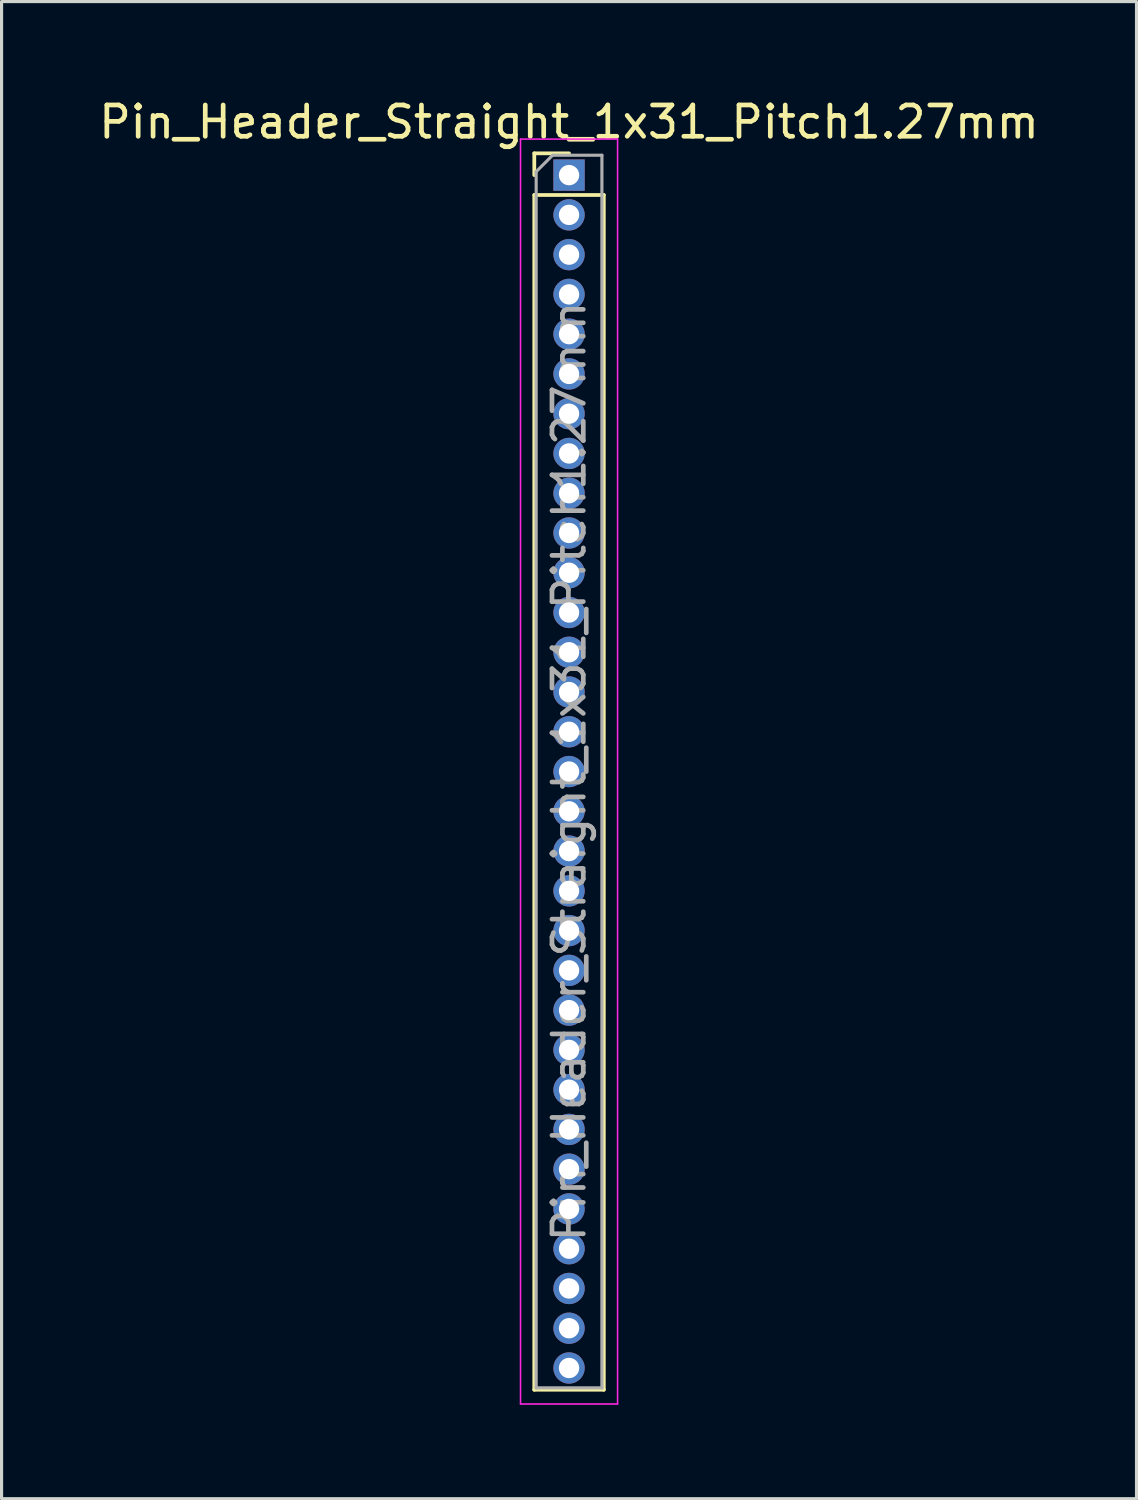
<source format=kicad_pcb>
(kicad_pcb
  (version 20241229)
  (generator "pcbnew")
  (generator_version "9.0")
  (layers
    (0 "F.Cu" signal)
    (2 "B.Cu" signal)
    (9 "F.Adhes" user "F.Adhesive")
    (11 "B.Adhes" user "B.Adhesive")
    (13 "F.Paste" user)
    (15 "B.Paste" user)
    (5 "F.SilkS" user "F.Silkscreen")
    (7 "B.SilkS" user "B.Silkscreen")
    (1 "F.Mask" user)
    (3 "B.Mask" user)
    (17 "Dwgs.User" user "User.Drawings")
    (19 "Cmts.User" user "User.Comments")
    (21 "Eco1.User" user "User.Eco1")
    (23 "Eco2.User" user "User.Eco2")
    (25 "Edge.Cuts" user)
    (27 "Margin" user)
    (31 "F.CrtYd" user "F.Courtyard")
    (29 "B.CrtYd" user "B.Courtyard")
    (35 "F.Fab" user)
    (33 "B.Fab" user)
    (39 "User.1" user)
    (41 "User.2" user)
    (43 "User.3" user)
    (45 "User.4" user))
  (footprint "Pin_Header_Straight_1x31_Pitch1.27mm"
    (layer "F.Cu")
    (at 15.125 2.543)
    (property "Reference" "Pin_Header_Straight_1x31_Pitch1.27mm" (at 0 -1.695 0) (layer "F.SilkS") (effects (font (size 1 1) (thickness 0.15))))
    (attr through_hole)
    (fp_line (start -1.11 -0.695) (end 0 -0.695) (stroke (width 0.12) (type solid)) (layer "F.SilkS"))
    (fp_line (start -1.11 0) (end -1.11 -0.695) (stroke (width 0.12) (type solid)) (layer "F.SilkS"))
    (fp_line (start -1.11 0.635) (end -1.11 38.795) (stroke (width 0.12) (type solid)) (layer "F.SilkS"))
    (fp_line (start -1.11 38.795) (end 1.11 38.795) (stroke (width 0.12) (type solid)) (layer "F.SilkS"))
    (fp_line (start 1.11 0.635) (end -1.11 0.635) (stroke (width 0.12) (type solid)) (layer "F.SilkS"))
    (fp_line (start 1.11 38.795) (end 1.11 0.635) (stroke (width 0.12) (type solid)) (layer "F.SilkS"))
    (fp_line (start -1.55 -1.15) (end -1.55 39.25) (stroke (width 0.05) (type solid)) (layer "F.CrtYd"))
    (fp_line (start -1.55 39.25) (end 1.55 39.25) (stroke (width 0.05) (type solid)) (layer "F.CrtYd"))
    (fp_line (start 1.55 -1.15) (end -1.55 -1.15) (stroke (width 0.05) (type solid)) (layer "F.CrtYd"))
    (fp_line (start 1.55 39.25) (end 1.55 -1.15) (stroke (width 0.05) (type solid)) (layer "F.CrtYd"))
    (fp_line (start -1.05 -0.11) (end -0.525 -0.635) (stroke (width 0.1) (type solid)) (layer "F.Fab"))
    (fp_line (start -1.05 38.735) (end -1.05 -0.11) (stroke (width 0.1) (type solid)) (layer "F.Fab"))
    (fp_line (start -0.525 -0.635) (end 1.05 -0.635) (stroke (width 0.1) (type solid)) (layer "F.Fab"))
    (fp_line (start 1.05 -0.635) (end 1.05 38.735) (stroke (width 0.1) (type solid)) (layer "F.Fab"))
    (fp_line (start 1.05 38.735) (end -1.05 38.735) (stroke (width 0.1) (type solid)) (layer "F.Fab"))
    (fp_text user "${REFERENCE}" (at 0 19.05 90) (layer "F.Fab") (effects (font (size 1 1) (thickness 0.15))))
    (pad "1" thru_hole rect (at 0 0) (size 1 1) (drill 0.65) (layers "*.Cu" "*.Mask"))
    (pad "2" thru_hole oval (at 0 1.27) (size 1 1) (drill 0.65) (layers "*.Cu" "*.Mask"))
    (pad "3" thru_hole oval (at 0 2.54) (size 1 1) (drill 0.65) (layers "*.Cu" "*.Mask"))
    (pad "4" thru_hole oval (at 0 3.81) (size 1 1) (drill 0.65) (layers "*.Cu" "*.Mask"))
    (pad "5" thru_hole oval (at 0 5.08) (size 1 1) (drill 0.65) (layers "*.Cu" "*.Mask"))
    (pad "6" thru_hole oval (at 0 6.35) (size 1 1) (drill 0.65) (layers "*.Cu" "*.Mask"))
    (pad "7" thru_hole oval (at 0 7.62) (size 1 1) (drill 0.65) (layers "*.Cu" "*.Mask"))
    (pad "8" thru_hole oval (at 0 8.89) (size 1 1) (drill 0.65) (layers "*.Cu" "*.Mask"))
    (pad "9" thru_hole oval (at 0 10.16) (size 1 1) (drill 0.65) (layers "*.Cu" "*.Mask"))
    (pad "10" thru_hole oval (at 0 11.43) (size 1 1) (drill 0.65) (layers "*.Cu" "*.Mask"))
    (pad "11" thru_hole oval (at 0 12.7) (size 1 1) (drill 0.65) (layers "*.Cu" "*.Mask"))
    (pad "12" thru_hole oval (at 0 13.97) (size 1 1) (drill 0.65) (layers "*.Cu" "*.Mask"))
    (pad "13" thru_hole oval (at 0 15.24) (size 1 1) (drill 0.65) (layers "*.Cu" "*.Mask"))
    (pad "14" thru_hole oval (at 0 16.51) (size 1 1) (drill 0.65) (layers "*.Cu" "*.Mask"))
    (pad "15" thru_hole oval (at 0 17.78) (size 1 1) (drill 0.65) (layers "*.Cu" "*.Mask"))
    (pad "16" thru_hole oval (at 0 19.05) (size 1 1) (drill 0.65) (layers "*.Cu" "*.Mask"))
    (pad "17" thru_hole oval (at 0 20.32) (size 1 1) (drill 0.65) (layers "*.Cu" "*.Mask"))
    (pad "18" thru_hole oval (at 0 21.59) (size 1 1) (drill 0.65) (layers "*.Cu" "*.Mask"))
    (pad "19" thru_hole oval (at 0 22.86) (size 1 1) (drill 0.65) (layers "*.Cu" "*.Mask"))
    (pad "20" thru_hole oval (at 0 24.13) (size 1 1) (drill 0.65) (layers "*.Cu" "*.Mask"))
    (pad "21" thru_hole oval (at 0 25.4) (size 1 1) (drill 0.65) (layers "*.Cu" "*.Mask"))
    (pad "22" thru_hole oval (at 0 26.67) (size 1 1) (drill 0.65) (layers "*.Cu" "*.Mask"))
    (pad "23" thru_hole oval (at 0 27.94) (size 1 1) (drill 0.65) (layers "*.Cu" "*.Mask"))
    (pad "24" thru_hole oval (at 0 29.21) (size 1 1) (drill 0.65) (layers "*.Cu" "*.Mask"))
    (pad "25" thru_hole oval (at 0 30.48) (size 1 1) (drill 0.65) (layers "*.Cu" "*.Mask"))
    (pad "26" thru_hole oval (at 0 31.75) (size 1 1) (drill 0.65) (layers "*.Cu" "*.Mask"))
    (pad "27" thru_hole oval (at 0 33.02) (size 1 1) (drill 0.65) (layers "*.Cu" "*.Mask"))
    (pad "28" thru_hole oval (at 0 34.29) (size 1 1) (drill 0.65) (layers "*.Cu" "*.Mask"))
    (pad "29" thru_hole oval (at 0 35.56) (size 1 1) (drill 0.65) (layers "*.Cu" "*.Mask"))
    (pad "30" thru_hole oval (at 0 36.83) (size 1 1) (drill 0.65) (layers "*.Cu" "*.Mask"))
    (pad "31" thru_hole oval (at 0 38.1) (size 1 1) (drill 0.65) (layers "*.Cu" "*.Mask")))
  (gr_rect
    (start -3 -3)
    (end 33.25 44.818)
    (stroke (width 0.1) (type default))
    (fill no)
    (layer "Edge.Cuts")))
</source>
